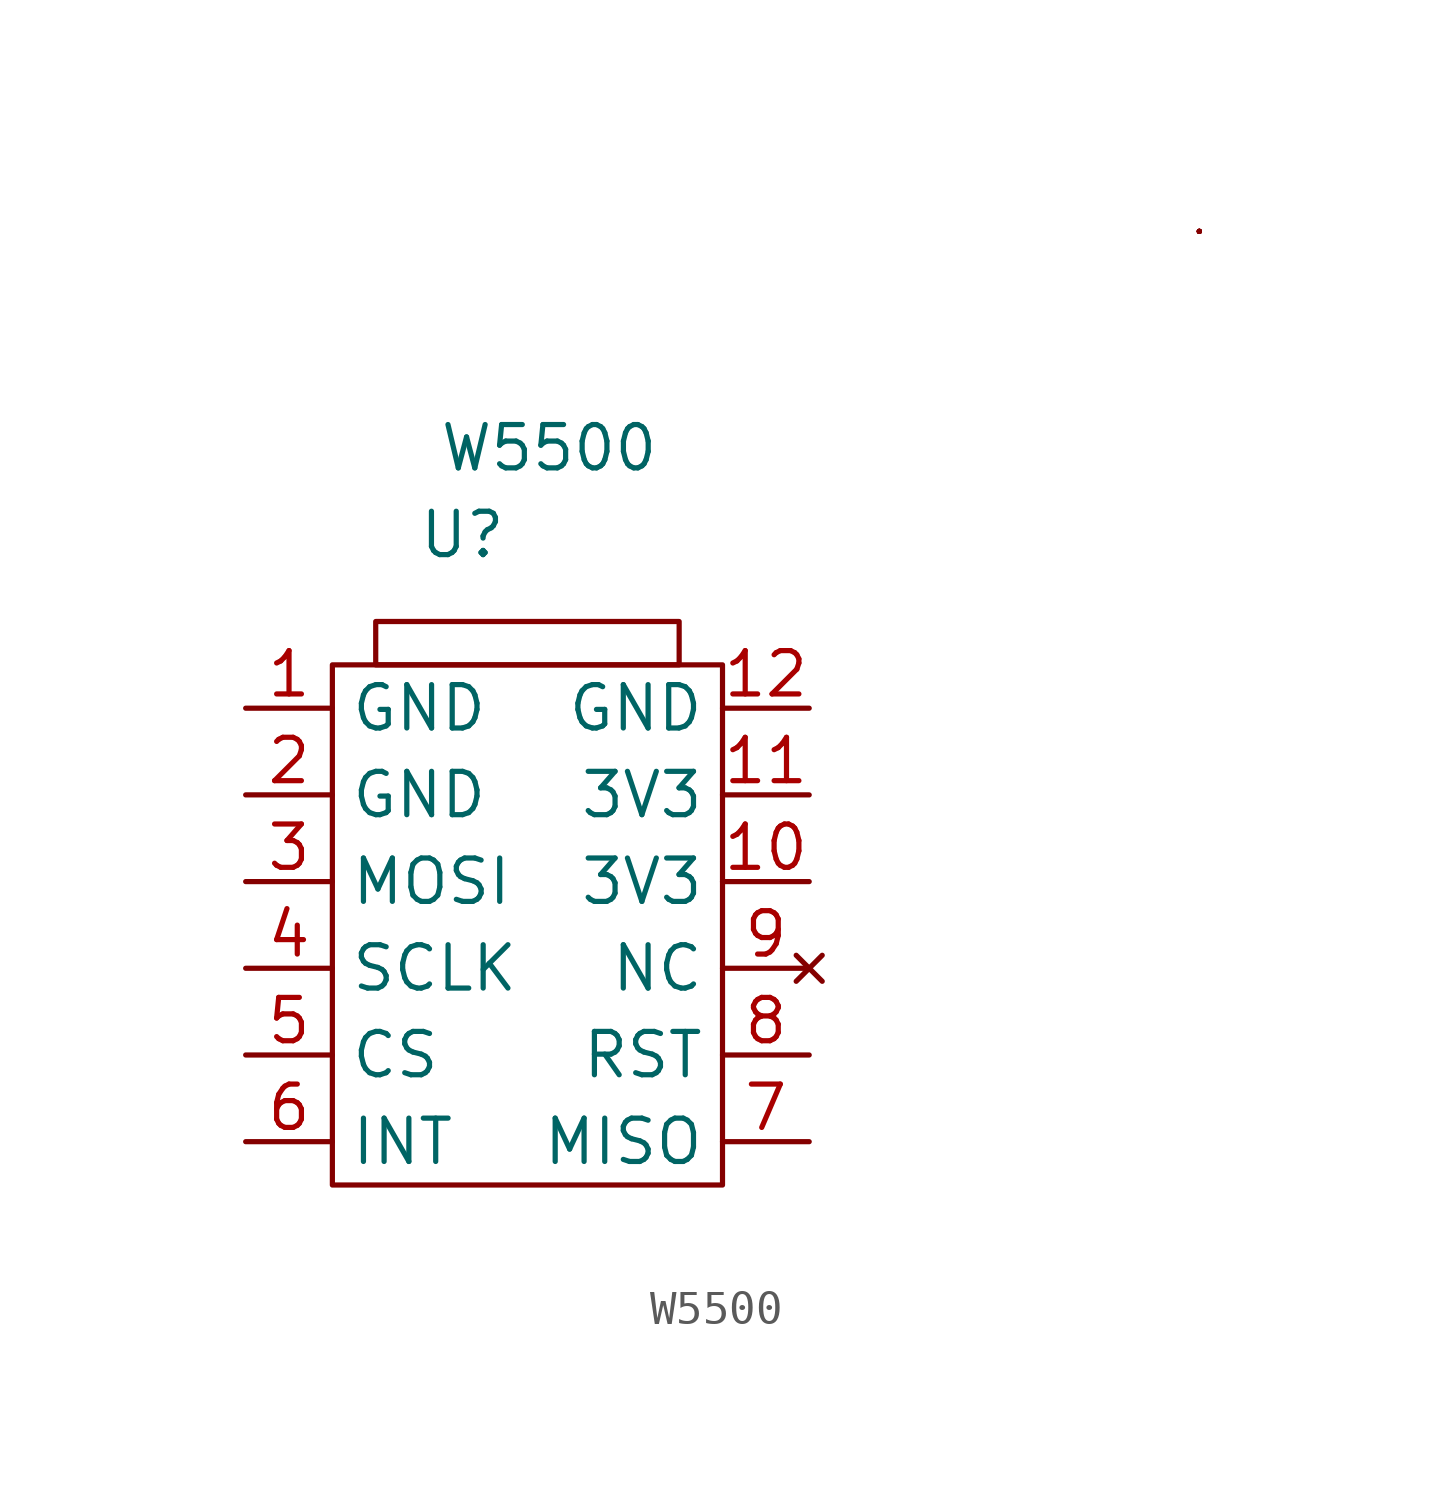
<source format=kicad_sym>
(kicad_symbol_lib
  (version 20211014)
  (generator kicad_symbol_editor)
  (symbol "W5500"
    (property "Reference" "U"
      (at -1.27 11.43 0)
      (effects (font (size 1.27 1.27))))
    (property "Value" "W5500"
      (at 1.27 13.97 0)
      (effects (font (size 1.27 1.27))))
    (symbol "W5500_0_1"
      (rectangle (start -5.08 7.62) (end 6.35 -7.62) (stroke (width 0) (type default) (color 0 0 0 0)) (fill (type none)))
      (rectangle (start -3.81 8.89) (end 5.08 7.62) (stroke (width 0) (type default) (color 0 0 0 0)) (fill (type none)))
      (rectangle (start 20.32 20.32) (end 20.32 20.32) (stroke (width 0) (type default) (color 0 0 0 0)) (fill (type none)))
      (rectangle (start 20.32 20.32) (end 20.32 20.32) (stroke (width 0) (type default) (color 0 0 0 0)) (fill (type none)))
      (rectangle (start 20.32 20.32) (end 20.32 20.32) (stroke (width 0) (type default) (color 0 0 0 0)) (fill (type none)))
      (rectangle (start 20.32 20.32) (end 20.32 20.32) (stroke (width 0) (type default) (color 0 0 0 0)) (fill (type none)))
      (rectangle (start 20.32 20.32) (end 20.32 20.32) (stroke (width 0) (type default) (color 0 0 0 0)) (fill (type none)))
      (rectangle (start 20.32 20.32) (end 20.32 20.32) (stroke (width 0) (type default) (color 0 0 0 0)) (fill (type none)))
      (rectangle (start 20.32 20.32) (end 20.32 20.32) (stroke (width 0) (type default) (color 0 0 0 0)) (fill (type none)))
      (rectangle (start 20.32 20.32) (end 20.32 20.32) (stroke (width 0) (type default) (color 0 0 0 0)) (fill (type none)))
      (rectangle (start 20.32 20.32) (end 20.32 20.32) (stroke (width 0) (type default) (color 0 0 0 0)) (fill (type none)))
      (rectangle (start 20.32 20.32) (end 20.32 20.32) (stroke (width 0) (type default) (color 0 0 0 0)) (fill (type none))))
    (symbol "W5500_1_1"
      (pin free line (at -7.62 6.35 0) (length 2.54) (name "GND" (effects (font (size 1.27 1.27)))) (number "1" (effects (font (size 1.27 1.27)))))
      (pin power_in line (at 8.89 1.27 180) (length 2.54) (name "3V3" (effects (font (size 1.27 1.27)))) (number "10" (effects (font (size 1.27 1.27)))))
      (pin power_in line (at 8.89 3.81 180) (length 2.54) (name "3V3" (effects (font (size 1.27 1.27)))) (number "11" (effects (font (size 1.27 1.27)))))
      (pin free line (at 8.89 6.35 180) (length 2.54) (name "GND" (effects (font (size 1.27 1.27)))) (number "12" (effects (font (size 1.27 1.27)))))
      (pin free line (at -7.62 3.81 0) (length 2.54) (name "GND" (effects (font (size 1.27 1.27)))) (number "2" (effects (font (size 1.27 1.27)))))
      (pin input line (at -7.62 1.27 0) (length 2.54) (name "MOSI" (effects (font (size 1.27 1.27)))) (number "3" (effects (font (size 1.27 1.27)))))
      (pin input line (at -7.62 -1.27 0) (length 2.54) (name "SCLK" (effects (font (size 1.27 1.27)))) (number "4" (effects (font (size 1.27 1.27)))))
      (pin input line (at -7.62 -3.81 0) (length 2.54) (name "CS" (effects (font (size 1.27 1.27)))) (number "5" (effects (font (size 1.27 1.27)))))
      (pin input line (at -7.62 -6.35 0) (length 2.54) (name "INT" (effects (font (size 1.27 1.27)))) (number "6" (effects (font (size 1.27 1.27)))))
      (pin output line (at 8.89 -6.35 180) (length 2.54) (name "MISO" (effects (font (size 1.27 1.27)))) (number "7" (effects (font (size 1.27 1.27)))))
      (pin input line (at 8.89 -3.81 180) (length 2.54) (name "RST" (effects (font (size 1.27 1.27)))) (number "8" (effects (font (size 1.27 1.27)))))
      (pin no_connect line (at 8.89 -1.27 180) (length 2.54) (name "NC" (effects (font (size 1.27 1.27)))) (number "9" (effects (font (size 1.27 1.27))))))))
</source>
